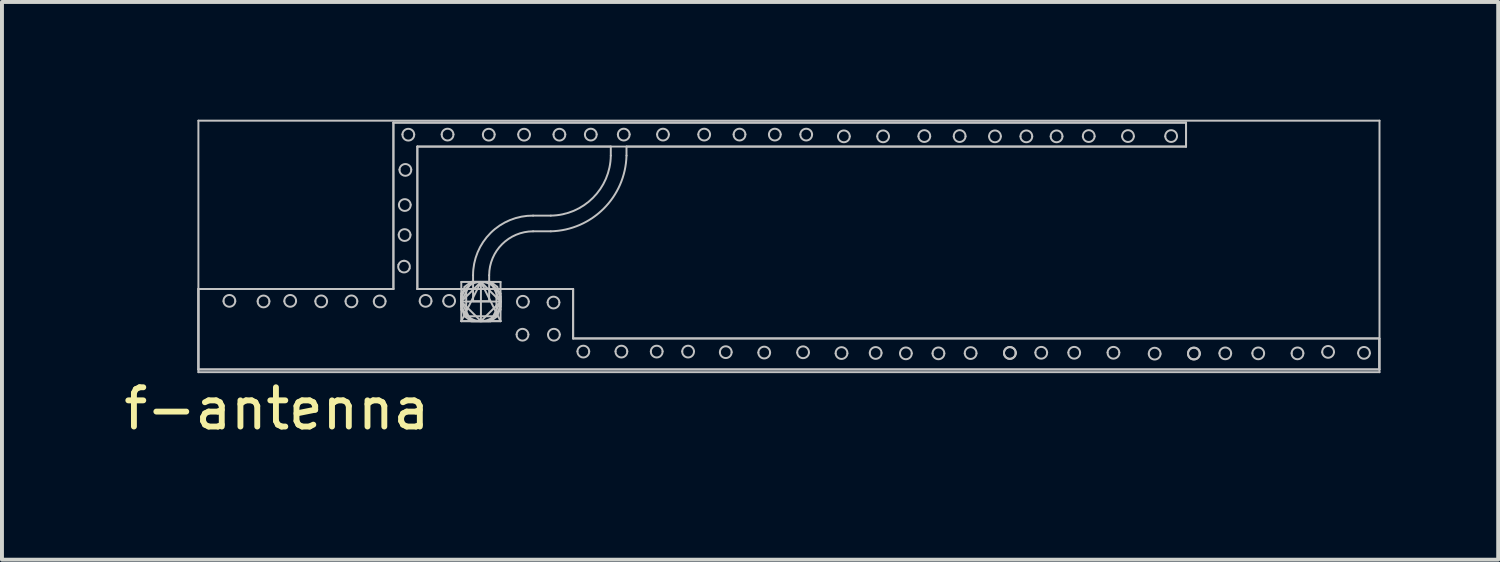
<source format=kicad_pcb>
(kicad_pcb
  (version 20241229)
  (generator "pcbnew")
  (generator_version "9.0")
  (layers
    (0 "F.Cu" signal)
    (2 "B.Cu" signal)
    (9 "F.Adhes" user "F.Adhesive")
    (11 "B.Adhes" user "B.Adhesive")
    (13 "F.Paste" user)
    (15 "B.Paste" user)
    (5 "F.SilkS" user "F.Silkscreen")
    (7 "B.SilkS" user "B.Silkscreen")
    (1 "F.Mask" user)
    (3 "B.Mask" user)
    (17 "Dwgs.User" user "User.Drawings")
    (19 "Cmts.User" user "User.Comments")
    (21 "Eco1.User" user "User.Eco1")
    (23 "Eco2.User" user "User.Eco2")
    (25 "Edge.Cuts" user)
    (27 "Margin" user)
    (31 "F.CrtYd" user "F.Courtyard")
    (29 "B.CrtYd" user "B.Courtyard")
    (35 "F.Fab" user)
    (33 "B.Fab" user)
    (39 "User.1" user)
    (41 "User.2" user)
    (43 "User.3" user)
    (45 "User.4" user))
  (footprint "f-antenna"
    (layer "F.Cu")
    (at 2.006 6.365)
    (property "Reference" "f-antenna" (at 2 1 0) (layer "F.SilkS") (effects (font (size 1 1) (thickness 0.15))))
    (attr through_hole)
    (fp_line (start 0 -6.34) (end 0 0.07) (stroke (width 0.05) (type solid)) (layer "Dwgs.User"))
    (fp_line (start 0 -2.05) (end 4.97 -2.05) (stroke (width 0.05) (type solid)) (layer "Dwgs.User"))
    (fp_line (start 0 -2.05) (end 4.97 -2.05) (stroke (width 0.05) (type solid)) (layer "Dwgs.User"))
    (fp_line (start 0 0) (end 0 -2.05) (stroke (width 0.05) (type solid)) (layer "Dwgs.User"))
    (fp_line (start 0 0) (end 0 -2.05) (stroke (width 0.05) (type solid)) (layer "Dwgs.User"))
    (fp_line (start 0 0.07) (end 30.1 0.07) (stroke (width 0.05) (type solid)) (layer "Dwgs.User"))
    (fp_line (start 4.97 -6.29) (end 25.17 -6.29) (stroke (width 0.05) (type solid)) (layer "Dwgs.User"))
    (fp_line (start 4.97 -6.29) (end 25.17 -6.29) (stroke (width 0.05) (type solid)) (layer "Dwgs.User"))
    (fp_line (start 4.97 -2.05) (end 4.97 -6.29) (stroke (width 0.05) (type solid)) (layer "Dwgs.User"))
    (fp_line (start 4.97 -2.05) (end 4.97 -6.29) (stroke (width 0.05) (type solid)) (layer "Dwgs.User"))
    (fp_line (start 5.58 -5.68) (end 5.58 -2.05) (stroke (width 0.05) (type solid)) (layer "Dwgs.User"))
    (fp_line (start 5.58 -5.68) (end 5.58 -2.05) (stroke (width 0.05) (type solid)) (layer "Dwgs.User"))
    (fp_line (start 5.58 -2.05) (end 6.825 -2.05) (stroke (width 0.05) (type solid)) (layer "Dwgs.User"))
    (fp_line (start 5.58 -2.05) (end 9.55 -2.05) (stroke (width 0.05) (type solid)) (layer "Dwgs.User"))
    (fp_line (start 6.7 -2.23) (end 7.7 -2.23) (stroke (width 0.05) (type solid)) (layer "Dwgs.User"))
    (fp_line (start 6.7 -1.937) (end 6.993 -2.23) (stroke (width 0.05) (type solid)) (layer "Dwgs.User"))
    (fp_line (start 6.7 -1.855) (end 6.784 -2.105) (stroke (width 0.05) (type solid)) (layer "Dwgs.User"))
    (fp_line (start 6.7 -1.73) (end 6.95 -2.23) (stroke (width 0.05) (type solid)) (layer "Dwgs.User"))
    (fp_line (start 6.7 -1.73) (end 7.2 -2.23) (stroke (width 0.05) (type solid)) (layer "Dwgs.User"))
    (fp_line (start 6.7 -1.73) (end 7.7 -1.73) (stroke (width 0.05) (type solid)) (layer "Dwgs.User"))
    (fp_line (start 6.7 -1.605) (end 6.7 -1.855) (stroke (width 0.05) (type solid)) (layer "Dwgs.User"))
    (fp_line (start 6.7 -1.523) (end 6.7 -1.937) (stroke (width 0.05) (type solid)) (layer "Dwgs.User"))
    (fp_line (start 6.7 -1.23) (end 6.7 -2.23) (stroke (width 0.05) (type solid)) (layer "Dwgs.User"))
    (fp_line (start 6.7 -1.23) (end 7.2 -2.23) (stroke (width 0.05) (type solid)) (layer "Dwgs.User"))
    (fp_line (start 6.784 -2.105) (end 6.95 -2.23) (stroke (width 0.05) (type solid)) (layer "Dwgs.User"))
    (fp_line (start 6.784 -1.355) (end 6.7 -1.605) (stroke (width 0.05) (type solid)) (layer "Dwgs.User"))
    (fp_line (start 6.825 -2.05) (end 6.825 -1.355) (stroke (width 0.05) (type solid)) (layer "Dwgs.User"))
    (fp_line (start 6.825 -1.355) (end 7.595 -1.355) (stroke (width 0.05) (type solid)) (layer "Dwgs.User"))
    (fp_line (start 6.95 -2.23) (end 7.45 -2.23) (stroke (width 0.05) (type solid)) (layer "Dwgs.User"))
    (fp_line (start 6.95 -2.23) (end 7.45 -2.23) (stroke (width 0.05) (type solid)) (layer "Dwgs.User"))
    (fp_line (start 6.95 -1.23) (end 6.7 -1.73) (stroke (width 0.05) (type solid)) (layer "Dwgs.User"))
    (fp_line (start 6.95 -1.23) (end 6.784 -1.355) (stroke (width 0.05) (type solid)) (layer "Dwgs.User"))
    (fp_line (start 6.993 -2.23) (end 7.407 -2.23) (stroke (width 0.05) (type solid)) (layer "Dwgs.User"))
    (fp_line (start 6.993 -1.23) (end 6.7 -1.523) (stroke (width 0.05) (type solid)) (layer "Dwgs.User"))
    (fp_line (start 7 -1.74) (end 7 -2.4) (stroke (width 0.05) (type solid)) (layer "Dwgs.User"))
    (fp_line (start 7.2 -2.23) (end 7.2 -1.23) (stroke (width 0.05) (type solid)) (layer "Dwgs.User"))
    (fp_line (start 7.2 -2.23) (end 7.7 -1.73) (stroke (width 0.05) (type solid)) (layer "Dwgs.User"))
    (fp_line (start 7.2 -2.23) (end 7.7 -1.23) (stroke (width 0.05) (type solid)) (layer "Dwgs.User"))
    (fp_line (start 7.2 -1.23) (end 6.7 -1.73) (stroke (width 0.05) (type solid)) (layer "Dwgs.User"))
    (fp_line (start 7.407 -2.23) (end 7.7 -1.937) (stroke (width 0.05) (type solid)) (layer "Dwgs.User"))
    (fp_line (start 7.407 -1.23) (end 6.993 -1.23) (stroke (width 0.05) (type solid)) (layer "Dwgs.User"))
    (fp_line (start 7.41 -2.4) (end 7.41 -1.74) (stroke (width 0.05) (type solid)) (layer "Dwgs.User"))
    (fp_line (start 7.41 -1.74) (end 7 -1.74) (stroke (width 0.05) (type solid)) (layer "Dwgs.User"))
    (fp_line (start 7.45 -2.23) (end 7.616 -2.105) (stroke (width 0.05) (type solid)) (layer "Dwgs.User"))
    (fp_line (start 7.45 -2.23) (end 7.7 -1.73) (stroke (width 0.05) (type solid)) (layer "Dwgs.User"))
    (fp_line (start 7.45 -1.23) (end 6.95 -1.23) (stroke (width 0.05) (type solid)) (layer "Dwgs.User"))
    (fp_line (start 7.45 -1.23) (end 6.95 -1.23) (stroke (width 0.05) (type solid)) (layer "Dwgs.User"))
    (fp_line (start 7.595 -2.05) (end 9.55 -2.05) (stroke (width 0.05) (type solid)) (layer "Dwgs.User"))
    (fp_line (start 7.595 -1.355) (end 7.595 -2.05) (stroke (width 0.05) (type solid)) (layer "Dwgs.User"))
    (fp_line (start 7.616 -2.105) (end 7.7 -1.855) (stroke (width 0.05) (type solid)) (layer "Dwgs.User"))
    (fp_line (start 7.616 -1.355) (end 7.45 -1.23) (stroke (width 0.05) (type solid)) (layer "Dwgs.User"))
    (fp_line (start 7.7 -2.23) (end 7.7 -1.23) (stroke (width 0.05) (type solid)) (layer "Dwgs.User"))
    (fp_line (start 7.7 -1.937) (end 7.7 -1.523) (stroke (width 0.05) (type solid)) (layer "Dwgs.User"))
    (fp_line (start 7.7 -1.855) (end 7.7 -1.605) (stroke (width 0.05) (type solid)) (layer "Dwgs.User"))
    (fp_line (start 7.7 -1.73) (end 7.2 -1.23) (stroke (width 0.05) (type solid)) (layer "Dwgs.User"))
    (fp_line (start 7.7 -1.73) (end 7.45 -1.23) (stroke (width 0.05) (type solid)) (layer "Dwgs.User"))
    (fp_line (start 7.7 -1.605) (end 7.616 -1.355) (stroke (width 0.05) (type solid)) (layer "Dwgs.User"))
    (fp_line (start 7.7 -1.523) (end 7.407 -1.23) (stroke (width 0.05) (type solid)) (layer "Dwgs.User"))
    (fp_line (start 7.7 -1.23) (end 6.7 -1.23) (stroke (width 0.05) (type solid)) (layer "Dwgs.User"))
    (fp_line (start 7.7 -1.23) (end 6.7 -1.23) (stroke (width 0.05) (type solid)) (layer "Dwgs.User"))
    (fp_line (start 8.53 -3.92) (end 8.98 -3.92) (stroke (width 0.05) (type solid)) (layer "Dwgs.User"))
    (fp_line (start 8.98 -3.52) (end 8.53 -3.52) (stroke (width 0.05) (type solid)) (layer "Dwgs.User"))
    (fp_line (start 9.55 -2.05) (end 9.55 -0.79) (stroke (width 0.05) (type solid)) (layer "Dwgs.User"))
    (fp_line (start 9.55 -2.05) (end 9.55 -0.79) (stroke (width 0.05) (type solid)) (layer "Dwgs.User"))
    (fp_line (start 9.55 -0.79) (end 30.095 -0.79) (stroke (width 0.05) (type solid)) (layer "Dwgs.User"))
    (fp_line (start 9.55 -0.79) (end 30.095 -0.79) (stroke (width 0.05) (type solid)) (layer "Dwgs.User"))
    (fp_line (start 10.51 -5.68) (end 5.58 -5.68) (stroke (width 0.05) (type solid)) (layer "Dwgs.User"))
    (fp_line (start 10.51 -5.45) (end 10.51 -5.68) (stroke (width 0.05) (type solid)) (layer "Dwgs.User"))
    (fp_line (start 10.91 -5.68) (end 10.91 -5.45) (stroke (width 0.05) (type solid)) (layer "Dwgs.User"))
    (fp_line (start 25.17 -6.29) (end 25.17 -5.68) (stroke (width 0.05) (type solid)) (layer "Dwgs.User"))
    (fp_line (start 25.17 -6.29) (end 25.17 -5.68) (stroke (width 0.05) (type solid)) (layer "Dwgs.User"))
    (fp_line (start 25.17 -5.68) (end 5.58 -5.68) (stroke (width 0.05) (type solid)) (layer "Dwgs.User"))
    (fp_line (start 25.17 -5.68) (end 10.91 -5.68) (stroke (width 0.05) (type solid)) (layer "Dwgs.User"))
    (fp_line (start 30.095 -0.79) (end 30.095 0) (stroke (width 0.05) (type solid)) (layer "Dwgs.User"))
    (fp_line (start 30.095 -0.79) (end 30.095 0) (stroke (width 0.05) (type solid)) (layer "Dwgs.User"))
    (fp_line (start 30.095 0) (end 0 0) (stroke (width 0.05) (type solid)) (layer "Dwgs.User"))
    (fp_line (start 30.095 0) (end 0 0) (stroke (width 0.05) (type solid)) (layer "Dwgs.User"))
    (fp_line (start 30.1 -6.34) (end 0 -6.34) (stroke (width 0.05) (type solid)) (layer "Dwgs.User"))
    (fp_line (start 30.1 0.07) (end 30.1 -6.34) (stroke (width 0.05) (type solid)) (layer "Dwgs.User"))
    (fp_arc (start 0.64 -1.739999) (mid 0.79 -1.897435) (end 0.94 -1.74) (stroke (width 0.05) (type solid)) (layer "Dwgs.User"))
    (fp_arc (start 0.94 -1.739999) (mid 0.79 -1.597083) (end 0.64 -1.74) (stroke (width 0.05) (type solid)) (layer "Dwgs.User"))
    (fp_arc (start 1.51 -1.739999) (mid 1.66 -1.882054) (end 1.81 -1.74) (stroke (width 0.05) (type solid)) (layer "Dwgs.User"))
    (fp_arc (start 1.81 -1.739999) (mid 1.66 -1.58161) (end 1.51 -1.74) (stroke (width 0.05) (type solid)) (layer "Dwgs.User"))
    (fp_arc (start 2.19 -1.739999) (mid 2.34 -1.897435) (end 2.49 -1.74) (stroke (width 0.05) (type solid)) (layer "Dwgs.User"))
    (fp_arc (start 2.49 -1.739999) (mid 2.34 -1.597083) (end 2.19 -1.74) (stroke (width 0.05) (type solid)) (layer "Dwgs.User"))
    (fp_arc (start 2.98 -1.74) (mid 3.13 -1.885083) (end 3.28 -1.74) (stroke (width 0.05) (type solid)) (layer "Dwgs.User"))
    (fp_arc (start 3.28 -1.74) (mid 3.13 -1.584917) (end 2.98 -1.74) (stroke (width 0.05) (type solid)) (layer "Dwgs.User"))
    (fp_arc (start 3.75 -1.739999) (mid 3.9 -1.885972) (end 4.05 -1.74) (stroke (width 0.05) (type solid)) (layer "Dwgs.User"))
    (fp_arc (start 4.05 -1.739999) (mid 3.9 -1.58586) (end 3.75 -1.74) (stroke (width 0.05) (type solid)) (layer "Dwgs.User"))
    (fp_arc (start 4.47 -1.739999) (mid 4.62 -1.882054) (end 4.77 -1.74) (stroke (width 0.05) (type solid)) (layer "Dwgs.User"))
    (fp_arc (start 4.77 -1.739999) (mid 4.62 -1.58161) (end 4.47 -1.74) (stroke (width 0.05) (type solid)) (layer "Dwgs.User"))
    (fp_arc (start 5.100001 -2.67) (mid 5.15423 -2.742078) (end 5.24 -2.77) (stroke (width 0.05) (type solid)) (layer "Dwgs.User"))
    (fp_arc (start 5.105 -3.429999) (mid 5.255 -3.575972) (end 5.405 -3.43) (stroke (width 0.05) (type solid)) (layer "Dwgs.User"))
    (fp_arc (start 5.11 -4.194999) (mid 5.26 -4.340972) (end 5.41 -4.195) (stroke (width 0.05) (type solid)) (layer "Dwgs.User"))
    (fp_arc (start 5.125 -5.089999) (mid 5.275 -5.235972) (end 5.425 -5.09) (stroke (width 0.05) (type solid)) (layer "Dwgs.User"))
    (fp_arc (start 5.14 -2.51) (mid 5.095969 -2.583992) (end 5.1 -2.67) (stroke (width 0.05) (type solid)) (layer "Dwgs.User"))
    (fp_arc (start 5.2 -5.989999) (mid 5.35 -6.132054) (end 5.5 -5.99) (stroke (width 0.05) (type solid)) (layer "Dwgs.User"))
    (fp_arc (start 5.239999 -2.770001) (mid 5.361906 -2.706335) (end 5.38 -2.57) (stroke (width 0.05) (type solid)) (layer "Dwgs.User"))
    (fp_arc (start 5.38 -2.57) (mid 5.275986 -2.476055) (end 5.14 -2.51) (stroke (width 0.05) (type solid)) (layer "Dwgs.User"))
    (fp_arc (start 5.405 -3.429999) (mid 5.255 -3.27586) (end 5.105 -3.43) (stroke (width 0.05) (type solid)) (layer "Dwgs.User"))
    (fp_arc (start 5.41 -4.194999) (mid 5.26 -4.04086) (end 5.11 -4.195) (stroke (width 0.05) (type solid)) (layer "Dwgs.User"))
    (fp_arc (start 5.425 -5.089999) (mid 5.275 -4.93586) (end 5.125 -5.09) (stroke (width 0.05) (type solid)) (layer "Dwgs.User"))
    (fp_arc (start 5.5 -5.989999) (mid 5.35 -5.83161) (end 5.2 -5.99) (stroke (width 0.05) (type solid)) (layer "Dwgs.User"))
    (fp_arc (start 5.64 -1.739999) (mid 5.79 -1.897435) (end 5.94 -1.74) (stroke (width 0.05) (type solid)) (layer "Dwgs.User"))
    (fp_arc (start 5.94 -1.739999) (mid 5.79 -1.597083) (end 5.64 -1.74) (stroke (width 0.05) (type solid)) (layer "Dwgs.User"))
    (fp_arc (start 6.2 -5.99) (mid 6.35 -6.135083) (end 6.5 -5.99) (stroke (width 0.05) (type solid)) (layer "Dwgs.User"))
    (fp_arc (start 6.24 -1.739999) (mid 6.39 -1.897435) (end 6.54 -1.74) (stroke (width 0.05) (type solid)) (layer "Dwgs.User"))
    (fp_arc (start 6.5 -5.99) (mid 6.35 -5.834917) (end 6.2 -5.99) (stroke (width 0.05) (type solid)) (layer "Dwgs.User"))
    (fp_arc (start 6.54 -1.739999) (mid 6.39 -1.597083) (end 6.24 -1.74) (stroke (width 0.05) (type solid)) (layer "Dwgs.User"))
    (fp_arc (start 7 -2.4) (mid 7.447845 -3.479242) (end 8.53 -3.92) (stroke (width 0.05) (type solid)) (layer "Dwgs.User"))
    (fp_arc (start 7.25 -5.989999) (mid 7.4 -6.132054) (end 7.55 -5.99) (stroke (width 0.05) (type solid)) (layer "Dwgs.User"))
    (fp_arc (start 7.41 -2.4) (mid 7.738917 -3.191083) (end 8.53 -3.52) (stroke (width 0.05) (type solid)) (layer "Dwgs.User"))
    (fp_arc (start 7.55 -5.989999) (mid 7.4 -5.83161) (end 7.25 -5.99) (stroke (width 0.05) (type solid)) (layer "Dwgs.User"))
    (fp_arc (start 8.11 -0.89) (mid 8.26 -1.035083) (end 8.41 -0.89) (stroke (width 0.05) (type solid)) (layer "Dwgs.User"))
    (fp_arc (start 8.12 -1.73) (mid 8.27 -1.875083) (end 8.42 -1.73) (stroke (width 0.05) (type solid)) (layer "Dwgs.User"))
    (fp_arc (start 8.15 -5.989999) (mid 8.3 -6.132054) (end 8.45 -5.99) (stroke (width 0.05) (type solid)) (layer "Dwgs.User"))
    (fp_arc (start 8.41 -0.89) (mid 8.26 -0.734917) (end 8.11 -0.89) (stroke (width 0.05) (type solid)) (layer "Dwgs.User"))
    (fp_arc (start 8.42 -1.73) (mid 8.27 -1.574917) (end 8.12 -1.73) (stroke (width 0.05) (type solid)) (layer "Dwgs.User"))
    (fp_arc (start 8.45 -5.989999) (mid 8.3 -5.83161) (end 8.15 -5.99) (stroke (width 0.05) (type solid)) (layer "Dwgs.User"))
    (fp_arc (start 8.9 -1.71) (mid 9.05 -1.855083) (end 9.2 -1.71) (stroke (width 0.05) (type solid)) (layer "Dwgs.User"))
    (fp_arc (start 8.91 -0.89) (mid 9.06 -1.035083) (end 9.21 -0.89) (stroke (width 0.05) (type solid)) (layer "Dwgs.User"))
    (fp_arc (start 9.05 -5.989999) (mid 9.2 -6.132054) (end 9.35 -5.99) (stroke (width 0.05) (type solid)) (layer "Dwgs.User"))
    (fp_arc (start 9.2 -1.71) (mid 9.05 -1.554917) (end 8.9 -1.71) (stroke (width 0.05) (type solid)) (layer "Dwgs.User"))
    (fp_arc (start 9.21 -0.89) (mid 9.06 -0.734917) (end 8.91 -0.89) (stroke (width 0.05) (type solid)) (layer "Dwgs.User"))
    (fp_arc (start 9.35 -5.989999) (mid 9.2 -5.83161) (end 9.05 -5.99) (stroke (width 0.05) (type solid)) (layer "Dwgs.User"))
    (fp_arc (start 9.66 -0.459999) (mid 9.81 -0.605972) (end 9.96 -0.46) (stroke (width 0.05) (type solid)) (layer "Dwgs.User"))
    (fp_arc (start 9.85 -5.99) (mid 10 -6.135083) (end 10.15 -5.99) (stroke (width 0.05) (type solid)) (layer "Dwgs.User"))
    (fp_arc (start 9.96 -0.459999) (mid 9.81 -0.30586) (end 9.66 -0.46) (stroke (width 0.05) (type solid)) (layer "Dwgs.User"))
    (fp_arc (start 10.15 -5.99) (mid 10 -5.834917) (end 9.85 -5.99) (stroke (width 0.05) (type solid)) (layer "Dwgs.User"))
    (fp_arc (start 10.51 -5.45) (mid 10.056249 -4.373751) (end 8.98 -3.92) (stroke (width 0.05) (type solid)) (layer "Dwgs.User"))
    (fp_arc (start 10.63 -0.459999) (mid 10.78 -0.605972) (end 10.93 -0.46) (stroke (width 0.05) (type solid)) (layer "Dwgs.User"))
    (fp_arc (start 10.69 -5.989999) (mid 10.84 -6.135972) (end 10.99 -5.99) (stroke (width 0.05) (type solid)) (layer "Dwgs.User"))
    (fp_arc (start 10.91 -5.45) (mid 10.33038 -4.09962) (end 8.98 -3.52) (stroke (width 0.05) (type solid)) (layer "Dwgs.User"))
    (fp_arc (start 10.93 -0.459999) (mid 10.78 -0.30586) (end 10.63 -0.46) (stroke (width 0.05) (type solid)) (layer "Dwgs.User"))
    (fp_arc (start 10.99 -5.989999) (mid 10.84 -5.83586) (end 10.69 -5.99) (stroke (width 0.05) (type solid)) (layer "Dwgs.User"))
    (fp_arc (start 11.53 -0.459999) (mid 11.68 -0.605972) (end 11.83 -0.46) (stroke (width 0.05) (type solid)) (layer "Dwgs.User"))
    (fp_arc (start 11.69 -5.989999) (mid 11.84 -6.135972) (end 11.99 -5.99) (stroke (width 0.05) (type solid)) (layer "Dwgs.User"))
    (fp_arc (start 11.83 -0.459999) (mid 11.68 -0.30586) (end 11.53 -0.46) (stroke (width 0.05) (type solid)) (layer "Dwgs.User"))
    (fp_arc (start 11.99 -5.989999) (mid 11.84 -5.83586) (end 11.69 -5.99) (stroke (width 0.05) (type solid)) (layer "Dwgs.User"))
    (fp_arc (start 12.33 -0.459999) (mid 12.48 -0.605972) (end 12.63 -0.46) (stroke (width 0.05) (type solid)) (layer "Dwgs.User"))
    (fp_arc (start 12.63 -0.459999) (mid 12.48 -0.30586) (end 12.33 -0.46) (stroke (width 0.05) (type solid)) (layer "Dwgs.User"))
    (fp_arc (start 12.74 -5.989999) (mid 12.89 -6.135972) (end 13.04 -5.99) (stroke (width 0.05) (type solid)) (layer "Dwgs.User"))
    (fp_arc (start 13.04 -5.989999) (mid 12.89 -5.83586) (end 12.74 -5.99) (stroke (width 0.05) (type solid)) (layer "Dwgs.User"))
    (fp_arc (start 13.29 -0.440001) (mid 13.44 -0.591643) (end 13.59 -0.44) (stroke (width 0.05) (type solid)) (layer "Dwgs.User"))
    (fp_arc (start 13.59 -0.440001) (mid 13.44 -0.291625) (end 13.29 -0.44) (stroke (width 0.05) (type solid)) (layer "Dwgs.User"))
    (fp_arc (start 13.64 -5.989999) (mid 13.79 -6.135972) (end 13.94 -5.99) (stroke (width 0.05) (type solid)) (layer "Dwgs.User"))
    (fp_arc (start 13.94 -5.989999) (mid 13.79 -5.83586) (end 13.64 -5.99) (stroke (width 0.05) (type solid)) (layer "Dwgs.User"))
    (fp_arc (start 14.27 -0.430001) (mid 14.42 -0.581643) (end 14.57 -0.43) (stroke (width 0.05) (type solid)) (layer "Dwgs.User"))
    (fp_arc (start 14.54 -5.989999) (mid 14.69 -6.135972) (end 14.84 -5.99) (stroke (width 0.05) (type solid)) (layer "Dwgs.User"))
    (fp_arc (start 14.57 -0.430001) (mid 14.42 -0.281625) (end 14.27 -0.43) (stroke (width 0.05) (type solid)) (layer "Dwgs.User"))
    (fp_arc (start 14.84 -5.989999) (mid 14.69 -5.83586) (end 14.54 -5.99) (stroke (width 0.05) (type solid)) (layer "Dwgs.User"))
    (fp_arc (start 15.26 -0.429999) (mid 15.41 -0.587435) (end 15.56 -0.43) (stroke (width 0.05) (type solid)) (layer "Dwgs.User"))
    (fp_arc (start 15.34 -5.989999) (mid 15.49 -6.135972) (end 15.64 -5.99) (stroke (width 0.05) (type solid)) (layer "Dwgs.User"))
    (fp_arc (start 15.56 -0.429999) (mid 15.41 -0.287083) (end 15.26 -0.43) (stroke (width 0.05) (type solid)) (layer "Dwgs.User"))
    (fp_arc (start 15.64 -5.989999) (mid 15.49 -5.83586) (end 15.34 -5.99) (stroke (width 0.05) (type solid)) (layer "Dwgs.User"))
    (fp_arc (start 16.24 -0.409999) (mid 16.39 -0.567435) (end 16.54 -0.41) (stroke (width 0.05) (type solid)) (layer "Dwgs.User"))
    (fp_arc (start 16.3 -5.940001) (mid 16.45 -6.091643) (end 16.6 -5.94) (stroke (width 0.05) (type solid)) (layer "Dwgs.User"))
    (fp_arc (start 16.54 -0.409999) (mid 16.39 -0.267083) (end 16.24 -0.41) (stroke (width 0.05) (type solid)) (layer "Dwgs.User"))
    (fp_arc (start 16.6 -5.940001) (mid 16.45 -5.791625) (end 16.3 -5.94) (stroke (width 0.05) (type solid)) (layer "Dwgs.User"))
    (fp_arc (start 17.11 -0.420001) (mid 17.26 -0.571643) (end 17.41 -0.42) (stroke (width 0.05) (type solid)) (layer "Dwgs.User"))
    (fp_arc (start 17.3 -5.940001) (mid 17.45 -6.091643) (end 17.6 -5.94) (stroke (width 0.05) (type solid)) (layer "Dwgs.User"))
    (fp_arc (start 17.41 -0.420001) (mid 17.26 -0.271625) (end 17.11 -0.42) (stroke (width 0.05) (type solid)) (layer "Dwgs.User"))
    (fp_arc (start 17.6 -5.940001) (mid 17.45 -5.791625) (end 17.3 -5.94) (stroke (width 0.05) (type solid)) (layer "Dwgs.User"))
    (fp_arc (start 17.88 -0.410001) (mid 18.03 -0.561643) (end 18.18 -0.41) (stroke (width 0.05) (type solid)) (layer "Dwgs.User"))
    (fp_arc (start 18.18 -0.410001) (mid 18.03 -0.261625) (end 17.88 -0.41) (stroke (width 0.05) (type solid)) (layer "Dwgs.User"))
    (fp_arc (start 18.35 -5.939999) (mid 18.5 -6.097435) (end 18.65 -5.94) (stroke (width 0.05) (type solid)) (layer "Dwgs.User"))
    (fp_arc (start 18.65 -5.939999) (mid 18.5 -5.797083) (end 18.35 -5.94) (stroke (width 0.05) (type solid)) (layer "Dwgs.User"))
    (fp_arc (start 18.71 -0.41) (mid 18.86 -0.56) (end 19.01 -0.41) (stroke (width 0.05) (type solid)) (layer "Dwgs.User"))
    (fp_arc (start 19.01 -0.41) (mid 18.86 -0.26) (end 18.71 -0.41) (stroke (width 0.05) (type solid)) (layer "Dwgs.User"))
    (fp_arc (start 19.25 -5.939999) (mid 19.4 -6.097435) (end 19.55 -5.94) (stroke (width 0.05) (type solid)) (layer "Dwgs.User"))
    (fp_arc (start 19.53 -0.409999) (mid 19.68 -0.567435) (end 19.83 -0.41) (stroke (width 0.05) (type solid)) (layer "Dwgs.User"))
    (fp_arc (start 19.55 -5.939999) (mid 19.4 -5.797083) (end 19.25 -5.94) (stroke (width 0.05) (type solid)) (layer "Dwgs.User"))
    (fp_arc (start 19.83 -0.409999) (mid 19.68 -0.267083) (end 19.53 -0.41) (stroke (width 0.05) (type solid)) (layer "Dwgs.User"))
    (fp_arc (start 20.15 -5.940001) (mid 20.3 -6.091643) (end 20.45 -5.94) (stroke (width 0.05) (type solid)) (layer "Dwgs.User"))
    (fp_arc (start 20.45 -5.940001) (mid 20.3 -5.791625) (end 20.15 -5.94) (stroke (width 0.05) (type solid)) (layer "Dwgs.User"))
    (fp_arc (start 20.53 -0.429999) (mid 20.68 -0.572054) (end 20.83 -0.43) (stroke (width 0.05) (type solid)) (layer "Dwgs.User"))
    (fp_arc (start 20.53 -0.409999) (mid 20.68 -0.567435) (end 20.83 -0.41) (stroke (width 0.05) (type solid)) (layer "Dwgs.User"))
    (fp_arc (start 20.83 -0.429999) (mid 20.68 -0.27161) (end 20.53 -0.43) (stroke (width 0.05) (type solid)) (layer "Dwgs.User"))
    (fp_arc (start 20.83 -0.409999) (mid 20.68 -0.267083) (end 20.53 -0.41) (stroke (width 0.05) (type solid)) (layer "Dwgs.User"))
    (fp_arc (start 20.95 -5.940001) (mid 21.1 -6.091643) (end 21.25 -5.94) (stroke (width 0.05) (type solid)) (layer "Dwgs.User"))
    (fp_arc (start 21.25 -5.940001) (mid 21.1 -5.791625) (end 20.95 -5.94) (stroke (width 0.05) (type solid)) (layer "Dwgs.User"))
    (fp_arc (start 21.33 -0.43) (mid 21.48 -0.575083) (end 21.63 -0.43) (stroke (width 0.05) (type solid)) (layer "Dwgs.User"))
    (fp_arc (start 21.63 -0.43) (mid 21.48 -0.274917) (end 21.33 -0.43) (stroke (width 0.05) (type solid)) (layer "Dwgs.User"))
    (fp_arc (start 21.72 -5.94) (mid 21.87 -6.09) (end 22.02 -5.94) (stroke (width 0.05) (type solid)) (layer "Dwgs.User"))
    (fp_arc (start 22.02 -5.94) (mid 21.87 -5.79) (end 21.72 -5.94) (stroke (width 0.05) (type solid)) (layer "Dwgs.User"))
    (fp_arc (start 22.17 -0.429999) (mid 22.32 -0.575972) (end 22.47 -0.43) (stroke (width 0.05) (type solid)) (layer "Dwgs.User"))
    (fp_arc (start 22.47 -0.429999) (mid 22.32 -0.27586) (end 22.17 -0.43) (stroke (width 0.05) (type solid)) (layer "Dwgs.User"))
    (fp_arc (start 22.54 -5.939999) (mid 22.69 -6.097435) (end 22.84 -5.94) (stroke (width 0.05) (type solid)) (layer "Dwgs.User"))
    (fp_arc (start 22.84 -5.939999) (mid 22.69 -5.797083) (end 22.54 -5.94) (stroke (width 0.05) (type solid)) (layer "Dwgs.User"))
    (fp_arc (start 23.17 -0.429999) (mid 23.32 -0.575972) (end 23.47 -0.43) (stroke (width 0.05) (type solid)) (layer "Dwgs.User"))
    (fp_arc (start 23.47 -0.429999) (mid 23.32 -0.27586) (end 23.17 -0.43) (stroke (width 0.05) (type solid)) (layer "Dwgs.User"))
    (fp_arc (start 23.54 -5.939999) (mid 23.69 -6.097435) (end 23.84 -5.94) (stroke (width 0.05) (type solid)) (layer "Dwgs.User"))
    (fp_arc (start 23.84 -5.939999) (mid 23.69 -5.797083) (end 23.54 -5.94) (stroke (width 0.05) (type solid)) (layer "Dwgs.User"))
    (fp_arc (start 24.22 -0.394999) (mid 24.37 -0.552435) (end 24.52 -0.395) (stroke (width 0.05) (type solid)) (layer "Dwgs.User"))
    (fp_arc (start 24.52 -0.394999) (mid 24.37 -0.252083) (end 24.22 -0.395) (stroke (width 0.05) (type solid)) (layer "Dwgs.User"))
    (fp_arc (start 24.64 -5.939999) (mid 24.79 -6.097435) (end 24.94 -5.94) (stroke (width 0.05) (type solid)) (layer "Dwgs.User"))
    (fp_arc (start 24.94 -5.939999) (mid 24.79 -5.797083) (end 24.64 -5.94) (stroke (width 0.05) (type solid)) (layer "Dwgs.User"))
    (fp_arc (start 25.22 -0.414999) (mid 25.37 -0.557054) (end 25.52 -0.415) (stroke (width 0.05) (type solid)) (layer "Dwgs.User"))
    (fp_arc (start 25.22 -0.394999) (mid 25.37 -0.552435) (end 25.52 -0.395) (stroke (width 0.05) (type solid)) (layer "Dwgs.User"))
    (fp_arc (start 25.52 -0.414999) (mid 25.37 -0.25661) (end 25.22 -0.415) (stroke (width 0.05) (type solid)) (layer "Dwgs.User"))
    (fp_arc (start 25.52 -0.394999) (mid 25.37 -0.252083) (end 25.22 -0.395) (stroke (width 0.05) (type solid)) (layer "Dwgs.User"))
    (fp_arc (start 26.02 -0.415) (mid 26.17 -0.560083) (end 26.32 -0.415) (stroke (width 0.05) (type solid)) (layer "Dwgs.User"))
    (fp_arc (start 26.32 -0.415) (mid 26.17 -0.259917) (end 26.02 -0.415) (stroke (width 0.05) (type solid)) (layer "Dwgs.User"))
    (fp_arc (start 26.86 -0.414999) (mid 27.01 -0.560972) (end 27.16 -0.415) (stroke (width 0.05) (type solid)) (layer "Dwgs.User"))
    (fp_arc (start 27.16 -0.414999) (mid 27.01 -0.26086) (end 26.86 -0.415) (stroke (width 0.05) (type solid)) (layer "Dwgs.User"))
    (fp_arc (start 27.86 -0.414999) (mid 28.01 -0.560972) (end 28.16 -0.415) (stroke (width 0.05) (type solid)) (layer "Dwgs.User"))
    (fp_arc (start 28.16 -0.414999) (mid 28.01 -0.26086) (end 27.86 -0.415) (stroke (width 0.05) (type solid)) (layer "Dwgs.User"))
    (fp_arc (start 28.64 -0.439999) (mid 28.79 -0.597435) (end 28.94 -0.44) (stroke (width 0.05) (type solid)) (layer "Dwgs.User"))
    (fp_arc (start 28.94 -0.439999) (mid 28.79 -0.297083) (end 28.64 -0.44) (stroke (width 0.05) (type solid)) (layer "Dwgs.User"))
    (fp_arc (start 29.555 -0.414999) (mid 29.705 -0.572435) (end 29.855 -0.415) (stroke (width 0.05) (type solid)) (layer "Dwgs.User"))
    (fp_arc (start 29.855 -0.414999) (mid 29.705 -0.272083) (end 29.555 -0.415) (stroke (width 0.05) (type solid)) (layer "Dwgs.User"))
    (fp_circle (center 7.2 -1.73) (end 7.7 -1.73) (stroke (width 0.05) (type solid)) (fill no) (layer "Dwgs.User")))
  (gr_rect
    (start -3 -3)
    (end 35.131 11.213)
    (stroke (width 0.1) (type default))
    (fill no)
    (layer "Edge.Cuts")))
</source>
